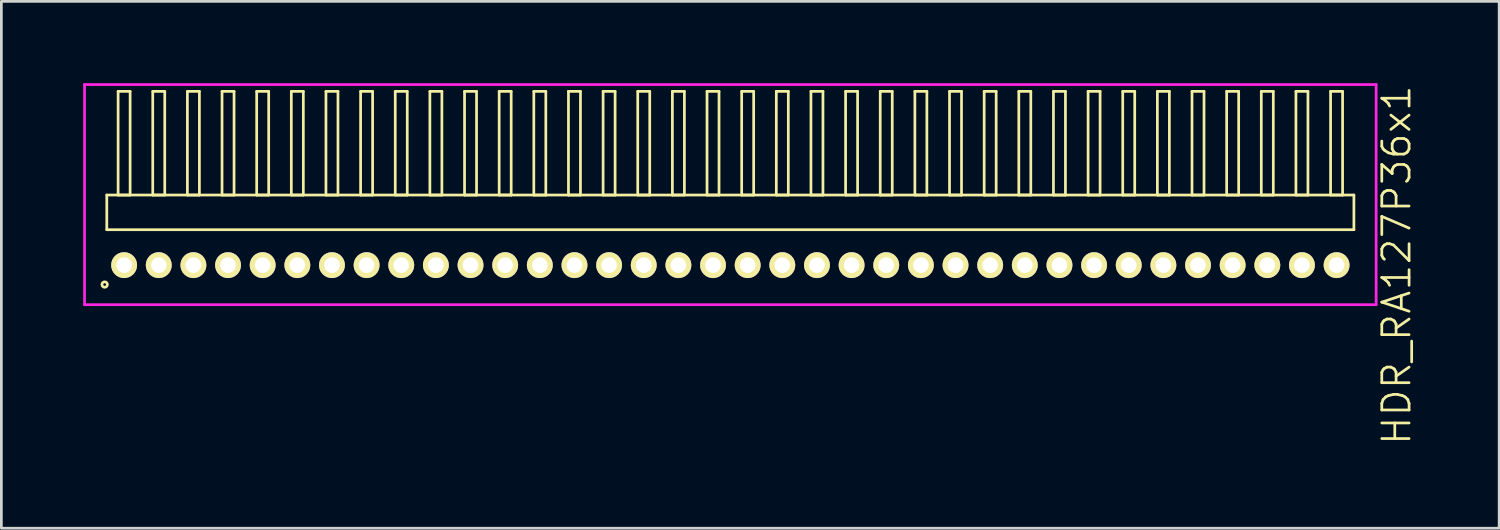
<source format=kicad_pcb>
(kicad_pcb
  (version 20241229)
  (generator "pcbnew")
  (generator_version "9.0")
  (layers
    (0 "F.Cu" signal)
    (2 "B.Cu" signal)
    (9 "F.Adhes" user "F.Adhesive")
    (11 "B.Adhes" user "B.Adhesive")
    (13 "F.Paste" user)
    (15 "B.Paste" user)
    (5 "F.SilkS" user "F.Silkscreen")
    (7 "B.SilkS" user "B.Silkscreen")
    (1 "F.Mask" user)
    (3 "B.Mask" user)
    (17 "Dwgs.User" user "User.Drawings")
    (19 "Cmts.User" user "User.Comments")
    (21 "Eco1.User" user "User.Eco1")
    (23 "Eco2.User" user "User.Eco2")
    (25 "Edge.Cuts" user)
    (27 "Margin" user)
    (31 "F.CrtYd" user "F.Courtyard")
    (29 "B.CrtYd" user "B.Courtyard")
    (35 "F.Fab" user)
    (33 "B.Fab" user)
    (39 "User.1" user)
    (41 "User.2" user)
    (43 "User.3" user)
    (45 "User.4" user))
  (footprint "HDR_RA127P36x1"
    (layer "F.Cu")
    (at 23.725 6.67)
    (property "Reference" "HDR_RA127P36x1" (at 24.425 0 90) (layer "F.SilkS") (effects (font (size 1 1) (thickness 0.1))))
    (attr through_hole)
    (fp_line (start -22.86 -2.57) (end -22.86 -1.3) (stroke (width 0.1) (type solid)) (layer "F.SilkS"))
    (fp_line (start -22.86 -1.3) (end 22.86 -1.3) (stroke (width 0.1) (type solid)) (layer "F.SilkS"))
    (fp_line (start -22.445 -6.37) (end -22.445 -2.57) (stroke (width 0.1) (type solid)) (layer "F.SilkS"))
    (fp_line (start -22.445 -2.57) (end -22.005 -2.57) (stroke (width 0.1) (type solid)) (layer "F.SilkS"))
    (fp_line (start -22.005 -6.37) (end -22.445 -6.37) (stroke (width 0.1) (type solid)) (layer "F.SilkS"))
    (fp_line (start -22.005 -2.57) (end -22.005 -6.37) (stroke (width 0.1) (type solid)) (layer "F.SilkS"))
    (fp_line (start -21.175 -6.37) (end -21.175 -2.57) (stroke (width 0.1) (type solid)) (layer "F.SilkS"))
    (fp_line (start -21.175 -2.57) (end -20.735 -2.57) (stroke (width 0.1) (type solid)) (layer "F.SilkS"))
    (fp_line (start -20.735 -6.37) (end -21.175 -6.37) (stroke (width 0.1) (type solid)) (layer "F.SilkS"))
    (fp_line (start -20.735 -2.57) (end -20.735 -6.37) (stroke (width 0.1) (type solid)) (layer "F.SilkS"))
    (fp_line (start -19.905 -6.37) (end -19.905 -2.57) (stroke (width 0.1) (type solid)) (layer "F.SilkS"))
    (fp_line (start -19.905 -2.57) (end -19.465 -2.57) (stroke (width 0.1) (type solid)) (layer "F.SilkS"))
    (fp_line (start -19.465 -6.37) (end -19.905 -6.37) (stroke (width 0.1) (type solid)) (layer "F.SilkS"))
    (fp_line (start -19.465 -2.57) (end -19.465 -6.37) (stroke (width 0.1) (type solid)) (layer "F.SilkS"))
    (fp_line (start -18.635 -6.37) (end -18.635 -2.57) (stroke (width 0.1) (type solid)) (layer "F.SilkS"))
    (fp_line (start -18.635 -2.57) (end -18.195 -2.57) (stroke (width 0.1) (type solid)) (layer "F.SilkS"))
    (fp_line (start -18.195 -6.37) (end -18.635 -6.37) (stroke (width 0.1) (type solid)) (layer "F.SilkS"))
    (fp_line (start -18.195 -2.57) (end -18.195 -6.37) (stroke (width 0.1) (type solid)) (layer "F.SilkS"))
    (fp_line (start -17.365 -6.37) (end -17.365 -2.57) (stroke (width 0.1) (type solid)) (layer "F.SilkS"))
    (fp_line (start -17.365 -2.57) (end -16.925 -2.57) (stroke (width 0.1) (type solid)) (layer "F.SilkS"))
    (fp_line (start -16.925 -6.37) (end -17.365 -6.37) (stroke (width 0.1) (type solid)) (layer "F.SilkS"))
    (fp_line (start -16.925 -2.57) (end -16.925 -6.37) (stroke (width 0.1) (type solid)) (layer "F.SilkS"))
    (fp_line (start -16.095 -6.37) (end -16.095 -2.57) (stroke (width 0.1) (type solid)) (layer "F.SilkS"))
    (fp_line (start -16.095 -2.57) (end -15.655 -2.57) (stroke (width 0.1) (type solid)) (layer "F.SilkS"))
    (fp_line (start -15.655 -6.37) (end -16.095 -6.37) (stroke (width 0.1) (type solid)) (layer "F.SilkS"))
    (fp_line (start -15.655 -2.57) (end -15.655 -6.37) (stroke (width 0.1) (type solid)) (layer "F.SilkS"))
    (fp_line (start -14.825 -6.37) (end -14.825 -2.57) (stroke (width 0.1) (type solid)) (layer "F.SilkS"))
    (fp_line (start -14.825 -2.57) (end -14.385 -2.57) (stroke (width 0.1) (type solid)) (layer "F.SilkS"))
    (fp_line (start -14.385 -6.37) (end -14.825 -6.37) (stroke (width 0.1) (type solid)) (layer "F.SilkS"))
    (fp_line (start -14.385 -2.57) (end -14.385 -6.37) (stroke (width 0.1) (type solid)) (layer "F.SilkS"))
    (fp_line (start -13.555 -6.37) (end -13.555 -2.57) (stroke (width 0.1) (type solid)) (layer "F.SilkS"))
    (fp_line (start -13.555 -2.57) (end -13.115 -2.57) (stroke (width 0.1) (type solid)) (layer "F.SilkS"))
    (fp_line (start -13.115 -6.37) (end -13.555 -6.37) (stroke (width 0.1) (type solid)) (layer "F.SilkS"))
    (fp_line (start -13.115 -2.57) (end -13.115 -6.37) (stroke (width 0.1) (type solid)) (layer "F.SilkS"))
    (fp_line (start -12.285 -6.37) (end -12.285 -2.57) (stroke (width 0.1) (type solid)) (layer "F.SilkS"))
    (fp_line (start -12.285 -2.57) (end -11.845 -2.57) (stroke (width 0.1) (type solid)) (layer "F.SilkS"))
    (fp_line (start -11.845 -6.37) (end -12.285 -6.37) (stroke (width 0.1) (type solid)) (layer "F.SilkS"))
    (fp_line (start -11.845 -2.57) (end -11.845 -6.37) (stroke (width 0.1) (type solid)) (layer "F.SilkS"))
    (fp_line (start -11.015 -6.37) (end -11.015 -2.57) (stroke (width 0.1) (type solid)) (layer "F.SilkS"))
    (fp_line (start -11.015 -2.57) (end -10.575 -2.57) (stroke (width 0.1) (type solid)) (layer "F.SilkS"))
    (fp_line (start -10.575 -6.37) (end -11.015 -6.37) (stroke (width 0.1) (type solid)) (layer "F.SilkS"))
    (fp_line (start -10.575 -2.57) (end -10.575 -6.37) (stroke (width 0.1) (type solid)) (layer "F.SilkS"))
    (fp_line (start -9.745 -6.37) (end -9.745 -2.57) (stroke (width 0.1) (type solid)) (layer "F.SilkS"))
    (fp_line (start -9.745 -2.57) (end -9.305 -2.57) (stroke (width 0.1) (type solid)) (layer "F.SilkS"))
    (fp_line (start -9.305 -6.37) (end -9.745 -6.37) (stroke (width 0.1) (type solid)) (layer "F.SilkS"))
    (fp_line (start -9.305 -2.57) (end -9.305 -6.37) (stroke (width 0.1) (type solid)) (layer "F.SilkS"))
    (fp_line (start -8.475 -6.37) (end -8.475 -2.57) (stroke (width 0.1) (type solid)) (layer "F.SilkS"))
    (fp_line (start -8.475 -2.57) (end -8.035 -2.57) (stroke (width 0.1) (type solid)) (layer "F.SilkS"))
    (fp_line (start -8.035 -6.37) (end -8.475 -6.37) (stroke (width 0.1) (type solid)) (layer "F.SilkS"))
    (fp_line (start -8.035 -2.57) (end -8.035 -6.37) (stroke (width 0.1) (type solid)) (layer "F.SilkS"))
    (fp_line (start -7.205 -6.37) (end -7.205 -2.57) (stroke (width 0.1) (type solid)) (layer "F.SilkS"))
    (fp_line (start -7.205 -2.57) (end -6.765 -2.57) (stroke (width 0.1) (type solid)) (layer "F.SilkS"))
    (fp_line (start -6.765 -6.37) (end -7.205 -6.37) (stroke (width 0.1) (type solid)) (layer "F.SilkS"))
    (fp_line (start -6.765 -2.57) (end -6.765 -6.37) (stroke (width 0.1) (type solid)) (layer "F.SilkS"))
    (fp_line (start -5.935 -6.37) (end -5.935 -2.57) (stroke (width 0.1) (type solid)) (layer "F.SilkS"))
    (fp_line (start -5.935 -2.57) (end -5.495 -2.57) (stroke (width 0.1) (type solid)) (layer "F.SilkS"))
    (fp_line (start -5.495 -6.37) (end -5.935 -6.37) (stroke (width 0.1) (type solid)) (layer "F.SilkS"))
    (fp_line (start -5.495 -2.57) (end -5.495 -6.37) (stroke (width 0.1) (type solid)) (layer "F.SilkS"))
    (fp_line (start -4.665 -6.37) (end -4.665 -2.57) (stroke (width 0.1) (type solid)) (layer "F.SilkS"))
    (fp_line (start -4.665 -2.57) (end -4.225 -2.57) (stroke (width 0.1) (type solid)) (layer "F.SilkS"))
    (fp_line (start -4.225 -6.37) (end -4.665 -6.37) (stroke (width 0.1) (type solid)) (layer "F.SilkS"))
    (fp_line (start -4.225 -2.57) (end -4.225 -6.37) (stroke (width 0.1) (type solid)) (layer "F.SilkS"))
    (fp_line (start -3.395 -6.37) (end -3.395 -2.57) (stroke (width 0.1) (type solid)) (layer "F.SilkS"))
    (fp_line (start -3.395 -2.57) (end -2.955 -2.57) (stroke (width 0.1) (type solid)) (layer "F.SilkS"))
    (fp_line (start -2.955 -6.37) (end -3.395 -6.37) (stroke (width 0.1) (type solid)) (layer "F.SilkS"))
    (fp_line (start -2.955 -2.57) (end -2.955 -6.37) (stroke (width 0.1) (type solid)) (layer "F.SilkS"))
    (fp_line (start -2.125 -6.37) (end -2.125 -2.57) (stroke (width 0.1) (type solid)) (layer "F.SilkS"))
    (fp_line (start -2.125 -2.57) (end -1.685 -2.57) (stroke (width 0.1) (type solid)) (layer "F.SilkS"))
    (fp_line (start -1.685 -6.37) (end -2.125 -6.37) (stroke (width 0.1) (type solid)) (layer "F.SilkS"))
    (fp_line (start -1.685 -2.57) (end -1.685 -6.37) (stroke (width 0.1) (type solid)) (layer "F.SilkS"))
    (fp_line (start -0.855 -6.37) (end -0.855 -2.57) (stroke (width 0.1) (type solid)) (layer "F.SilkS"))
    (fp_line (start -0.855 -2.57) (end -0.415 -2.57) (stroke (width 0.1) (type solid)) (layer "F.SilkS"))
    (fp_line (start -0.415 -6.37) (end -0.855 -6.37) (stroke (width 0.1) (type solid)) (layer "F.SilkS"))
    (fp_line (start -0.415 -2.57) (end -0.415 -6.37) (stroke (width 0.1) (type solid)) (layer "F.SilkS"))
    (fp_line (start 0.415 -6.37) (end 0.415 -2.57) (stroke (width 0.1) (type solid)) (layer "F.SilkS"))
    (fp_line (start 0.415 -2.57) (end 0.855 -2.57) (stroke (width 0.1) (type solid)) (layer "F.SilkS"))
    (fp_line (start 0.855 -6.37) (end 0.415 -6.37) (stroke (width 0.1) (type solid)) (layer "F.SilkS"))
    (fp_line (start 0.855 -2.57) (end 0.855 -6.37) (stroke (width 0.1) (type solid)) (layer "F.SilkS"))
    (fp_line (start 1.685 -6.37) (end 1.685 -2.57) (stroke (width 0.1) (type solid)) (layer "F.SilkS"))
    (fp_line (start 1.685 -2.57) (end 2.125 -2.57) (stroke (width 0.1) (type solid)) (layer "F.SilkS"))
    (fp_line (start 2.125 -6.37) (end 1.685 -6.37) (stroke (width 0.1) (type solid)) (layer "F.SilkS"))
    (fp_line (start 2.125 -2.57) (end 2.125 -6.37) (stroke (width 0.1) (type solid)) (layer "F.SilkS"))
    (fp_line (start 2.955 -6.37) (end 2.955 -2.57) (stroke (width 0.1) (type solid)) (layer "F.SilkS"))
    (fp_line (start 2.955 -2.57) (end 3.395 -2.57) (stroke (width 0.1) (type solid)) (layer "F.SilkS"))
    (fp_line (start 3.395 -6.37) (end 2.955 -6.37) (stroke (width 0.1) (type solid)) (layer "F.SilkS"))
    (fp_line (start 3.395 -2.57) (end 3.395 -6.37) (stroke (width 0.1) (type solid)) (layer "F.SilkS"))
    (fp_line (start 4.225 -6.37) (end 4.225 -2.57) (stroke (width 0.1) (type solid)) (layer "F.SilkS"))
    (fp_line (start 4.225 -2.57) (end 4.665 -2.57) (stroke (width 0.1) (type solid)) (layer "F.SilkS"))
    (fp_line (start 4.665 -6.37) (end 4.225 -6.37) (stroke (width 0.1) (type solid)) (layer "F.SilkS"))
    (fp_line (start 4.665 -2.57) (end 4.665 -6.37) (stroke (width 0.1) (type solid)) (layer "F.SilkS"))
    (fp_line (start 5.495 -6.37) (end 5.495 -2.57) (stroke (width 0.1) (type solid)) (layer "F.SilkS"))
    (fp_line (start 5.495 -2.57) (end 5.935 -2.57) (stroke (width 0.1) (type solid)) (layer "F.SilkS"))
    (fp_line (start 5.935 -6.37) (end 5.495 -6.37) (stroke (width 0.1) (type solid)) (layer "F.SilkS"))
    (fp_line (start 5.935 -2.57) (end 5.935 -6.37) (stroke (width 0.1) (type solid)) (layer "F.SilkS"))
    (fp_line (start 6.765 -6.37) (end 6.765 -2.57) (stroke (width 0.1) (type solid)) (layer "F.SilkS"))
    (fp_line (start 6.765 -2.57) (end 7.205 -2.57) (stroke (width 0.1) (type solid)) (layer "F.SilkS"))
    (fp_line (start 7.205 -6.37) (end 6.765 -6.37) (stroke (width 0.1) (type solid)) (layer "F.SilkS"))
    (fp_line (start 7.205 -2.57) (end 7.205 -6.37) (stroke (width 0.1) (type solid)) (layer "F.SilkS"))
    (fp_line (start 8.035 -6.37) (end 8.035 -2.57) (stroke (width 0.1) (type solid)) (layer "F.SilkS"))
    (fp_line (start 8.035 -2.57) (end 8.475 -2.57) (stroke (width 0.1) (type solid)) (layer "F.SilkS"))
    (fp_line (start 8.475 -6.37) (end 8.035 -6.37) (stroke (width 0.1) (type solid)) (layer "F.SilkS"))
    (fp_line (start 8.475 -2.57) (end 8.475 -6.37) (stroke (width 0.1) (type solid)) (layer "F.SilkS"))
    (fp_line (start 9.305 -6.37) (end 9.305 -2.57) (stroke (width 0.1) (type solid)) (layer "F.SilkS"))
    (fp_line (start 9.305 -2.57) (end 9.745 -2.57) (stroke (width 0.1) (type solid)) (layer "F.SilkS"))
    (fp_line (start 9.745 -6.37) (end 9.305 -6.37) (stroke (width 0.1) (type solid)) (layer "F.SilkS"))
    (fp_line (start 9.745 -2.57) (end 9.745 -6.37) (stroke (width 0.1) (type solid)) (layer "F.SilkS"))
    (fp_line (start 10.575 -6.37) (end 10.575 -2.57) (stroke (width 0.1) (type solid)) (layer "F.SilkS"))
    (fp_line (start 10.575 -2.57) (end 11.015 -2.57) (stroke (width 0.1) (type solid)) (layer "F.SilkS"))
    (fp_line (start 11.015 -6.37) (end 10.575 -6.37) (stroke (width 0.1) (type solid)) (layer "F.SilkS"))
    (fp_line (start 11.015 -2.57) (end 11.015 -6.37) (stroke (width 0.1) (type solid)) (layer "F.SilkS"))
    (fp_line (start 11.845 -6.37) (end 11.845 -2.57) (stroke (width 0.1) (type solid)) (layer "F.SilkS"))
    (fp_line (start 11.845 -2.57) (end 12.285 -2.57) (stroke (width 0.1) (type solid)) (layer "F.SilkS"))
    (fp_line (start 12.285 -6.37) (end 11.845 -6.37) (stroke (width 0.1) (type solid)) (layer "F.SilkS"))
    (fp_line (start 12.285 -2.57) (end 12.285 -6.37) (stroke (width 0.1) (type solid)) (layer "F.SilkS"))
    (fp_line (start 13.115 -6.37) (end 13.115 -2.57) (stroke (width 0.1) (type solid)) (layer "F.SilkS"))
    (fp_line (start 13.115 -2.57) (end 13.555 -2.57) (stroke (width 0.1) (type solid)) (layer "F.SilkS"))
    (fp_line (start 13.555 -6.37) (end 13.115 -6.37) (stroke (width 0.1) (type solid)) (layer "F.SilkS"))
    (fp_line (start 13.555 -2.57) (end 13.555 -6.37) (stroke (width 0.1) (type solid)) (layer "F.SilkS"))
    (fp_line (start 14.385 -6.37) (end 14.385 -2.57) (stroke (width 0.1) (type solid)) (layer "F.SilkS"))
    (fp_line (start 14.385 -2.57) (end 14.825 -2.57) (stroke (width 0.1) (type solid)) (layer "F.SilkS"))
    (fp_line (start 14.825 -6.37) (end 14.385 -6.37) (stroke (width 0.1) (type solid)) (layer "F.SilkS"))
    (fp_line (start 14.825 -2.57) (end 14.825 -6.37) (stroke (width 0.1) (type solid)) (layer "F.SilkS"))
    (fp_line (start 15.655 -6.37) (end 15.655 -2.57) (stroke (width 0.1) (type solid)) (layer "F.SilkS"))
    (fp_line (start 15.655 -2.57) (end 16.095 -2.57) (stroke (width 0.1) (type solid)) (layer "F.SilkS"))
    (fp_line (start 16.095 -6.37) (end 15.655 -6.37) (stroke (width 0.1) (type solid)) (layer "F.SilkS"))
    (fp_line (start 16.095 -2.57) (end 16.095 -6.37) (stroke (width 0.1) (type solid)) (layer "F.SilkS"))
    (fp_line (start 16.925 -6.37) (end 16.925 -2.57) (stroke (width 0.1) (type solid)) (layer "F.SilkS"))
    (fp_line (start 16.925 -2.57) (end 17.365 -2.57) (stroke (width 0.1) (type solid)) (layer "F.SilkS"))
    (fp_line (start 17.365 -6.37) (end 16.925 -6.37) (stroke (width 0.1) (type solid)) (layer "F.SilkS"))
    (fp_line (start 17.365 -2.57) (end 17.365 -6.37) (stroke (width 0.1) (type solid)) (layer "F.SilkS"))
    (fp_line (start 18.195 -6.37) (end 18.195 -2.57) (stroke (width 0.1) (type solid)) (layer "F.SilkS"))
    (fp_line (start 18.195 -2.57) (end 18.635 -2.57) (stroke (width 0.1) (type solid)) (layer "F.SilkS"))
    (fp_line (start 18.635 -6.37) (end 18.195 -6.37) (stroke (width 0.1) (type solid)) (layer "F.SilkS"))
    (fp_line (start 18.635 -2.57) (end 18.635 -6.37) (stroke (width 0.1) (type solid)) (layer "F.SilkS"))
    (fp_line (start 19.465 -6.37) (end 19.465 -2.57) (stroke (width 0.1) (type solid)) (layer "F.SilkS"))
    (fp_line (start 19.465 -2.57) (end 19.905 -2.57) (stroke (width 0.1) (type solid)) (layer "F.SilkS"))
    (fp_line (start 19.905 -6.37) (end 19.465 -6.37) (stroke (width 0.1) (type solid)) (layer "F.SilkS"))
    (fp_line (start 19.905 -2.57) (end 19.905 -6.37) (stroke (width 0.1) (type solid)) (layer "F.SilkS"))
    (fp_line (start 20.735 -6.37) (end 20.735 -2.57) (stroke (width 0.1) (type solid)) (layer "F.SilkS"))
    (fp_line (start 20.735 -2.57) (end 21.175 -2.57) (stroke (width 0.1) (type solid)) (layer "F.SilkS"))
    (fp_line (start 21.175 -6.37) (end 20.735 -6.37) (stroke (width 0.1) (type solid)) (layer "F.SilkS"))
    (fp_line (start 21.175 -2.57) (end 21.175 -6.37) (stroke (width 0.1) (type solid)) (layer "F.SilkS"))
    (fp_line (start 22.005 -6.37) (end 22.005 -2.57) (stroke (width 0.1) (type solid)) (layer "F.SilkS"))
    (fp_line (start 22.005 -2.57) (end 22.445 -2.57) (stroke (width 0.1) (type solid)) (layer "F.SilkS"))
    (fp_line (start 22.445 -6.37) (end 22.005 -6.37) (stroke (width 0.1) (type solid)) (layer "F.SilkS"))
    (fp_line (start 22.445 -2.57) (end 22.445 -6.37) (stroke (width 0.1) (type solid)) (layer "F.SilkS"))
    (fp_line (start 22.86 -2.57) (end -22.86 -2.57) (stroke (width 0.1) (type solid)) (layer "F.SilkS"))
    (fp_line (start 22.86 -1.3) (end 22.86 -2.57) (stroke (width 0.1) (type solid)) (layer "F.SilkS"))
    (fp_circle (center -22.938 0.712) (end -22.838 0.712) (stroke (width 0.1) (type solid)) (fill no) (layer "F.SilkS"))
    (fp_line (start -23.675 -6.62) (end -23.675 1.45) (stroke (width 0.1) (type solid)) (layer "F.CrtYd"))
    (fp_line (start -23.675 1.45) (end 23.675 1.45) (stroke (width 0.1) (type solid)) (layer "F.CrtYd"))
    (fp_line (start 23.675 -6.62) (end -23.675 -6.62) (stroke (width 0.1) (type solid)) (layer "F.CrtYd"))
    (fp_line (start 23.675 1.45) (end 23.675 -6.62) (stroke (width 0.1) (type solid)) (layer "F.CrtYd"))
    (pad "1" thru_hole oval (at -22.225 0) (size 0.95 0.95) (drill 0.57) (layers "*.Cu" "*.Mask" "F.SilkS"))
    (pad "2" thru_hole oval (at -20.955 0) (size 0.95 0.95) (drill 0.57) (layers "*.Cu" "*.Mask" "F.SilkS"))
    (pad "3" thru_hole oval (at -19.685 0) (size 0.95 0.95) (drill 0.57) (layers "*.Cu" "*.Mask" "F.SilkS"))
    (pad "4" thru_hole oval (at -18.415 0) (size 0.95 0.95) (drill 0.57) (layers "*.Cu" "*.Mask" "F.SilkS"))
    (pad "5" thru_hole oval (at -17.145 0) (size 0.95 0.95) (drill 0.57) (layers "*.Cu" "*.Mask" "F.SilkS"))
    (pad "6" thru_hole oval (at -15.875 0) (size 0.95 0.95) (drill 0.57) (layers "*.Cu" "*.Mask" "F.SilkS"))
    (pad "7" thru_hole oval (at -14.605 0) (size 0.95 0.95) (drill 0.57) (layers "*.Cu" "*.Mask" "F.SilkS"))
    (pad "8" thru_hole oval (at -13.335 0) (size 0.95 0.95) (drill 0.57) (layers "*.Cu" "*.Mask" "F.SilkS"))
    (pad "9" thru_hole oval (at -12.065 0) (size 0.95 0.95) (drill 0.57) (layers "*.Cu" "*.Mask" "F.SilkS"))
    (pad "10" thru_hole oval (at -10.795 0) (size 0.95 0.95) (drill 0.57) (layers "*.Cu" "*.Mask" "F.SilkS"))
    (pad "11" thru_hole oval (at -9.525 0) (size 0.95 0.95) (drill 0.57) (layers "*.Cu" "*.Mask" "F.SilkS"))
    (pad "12" thru_hole oval (at -8.255 0) (size 0.95 0.95) (drill 0.57) (layers "*.Cu" "*.Mask" "F.SilkS"))
    (pad "13" thru_hole oval (at -6.985 0) (size 0.95 0.95) (drill 0.57) (layers "*.Cu" "*.Mask" "F.SilkS"))
    (pad "14" thru_hole oval (at -5.715 0) (size 0.95 0.95) (drill 0.57) (layers "*.Cu" "*.Mask" "F.SilkS"))
    (pad "15" thru_hole oval (at -4.445 0) (size 0.95 0.95) (drill 0.57) (layers "*.Cu" "*.Mask" "F.SilkS"))
    (pad "16" thru_hole oval (at -3.175 0) (size 0.95 0.95) (drill 0.57) (layers "*.Cu" "*.Mask" "F.SilkS"))
    (pad "17" thru_hole oval (at -1.905 0) (size 0.95 0.95) (drill 0.57) (layers "*.Cu" "*.Mask" "F.SilkS"))
    (pad "18" thru_hole oval (at -0.635 0) (size 0.95 0.95) (drill 0.57) (layers "*.Cu" "*.Mask" "F.SilkS"))
    (pad "19" thru_hole oval (at 0.635 0) (size 0.95 0.95) (drill 0.57) (layers "*.Cu" "*.Mask" "F.SilkS"))
    (pad "20" thru_hole oval (at 1.905 0) (size 0.95 0.95) (drill 0.57) (layers "*.Cu" "*.Mask" "F.SilkS"))
    (pad "21" thru_hole oval (at 3.175 0) (size 0.95 0.95) (drill 0.57) (layers "*.Cu" "*.Mask" "F.SilkS"))
    (pad "22" thru_hole oval (at 4.445 0) (size 0.95 0.95) (drill 0.57) (layers "*.Cu" "*.Mask" "F.SilkS"))
    (pad "23" thru_hole oval (at 5.715 0) (size 0.95 0.95) (drill 0.57) (layers "*.Cu" "*.Mask" "F.SilkS"))
    (pad "24" thru_hole oval (at 6.985 0) (size 0.95 0.95) (drill 0.57) (layers "*.Cu" "*.Mask" "F.SilkS"))
    (pad "25" thru_hole oval (at 8.255 0) (size 0.95 0.95) (drill 0.57) (layers "*.Cu" "*.Mask" "F.SilkS"))
    (pad "26" thru_hole oval (at 9.525 0) (size 0.95 0.95) (drill 0.57) (layers "*.Cu" "*.Mask" "F.SilkS"))
    (pad "27" thru_hole oval (at 10.795 0) (size 0.95 0.95) (drill 0.57) (layers "*.Cu" "*.Mask" "F.SilkS"))
    (pad "28" thru_hole oval (at 12.065 0) (size 0.95 0.95) (drill 0.57) (layers "*.Cu" "*.Mask" "F.SilkS"))
    (pad "29" thru_hole oval (at 13.335 0) (size 0.95 0.95) (drill 0.57) (layers "*.Cu" "*.Mask" "F.SilkS"))
    (pad "30" thru_hole oval (at 14.605 0) (size 0.95 0.95) (drill 0.57) (layers "*.Cu" "*.Mask" "F.SilkS"))
    (pad "31" thru_hole oval (at 15.875 0) (size 0.95 0.95) (drill 0.57) (layers "*.Cu" "*.Mask" "F.SilkS"))
    (pad "32" thru_hole oval (at 17.145 0) (size 0.95 0.95) (drill 0.57) (layers "*.Cu" "*.Mask" "F.SilkS"))
    (pad "33" thru_hole oval (at 18.415 0) (size 0.95 0.95) (drill 0.57) (layers "*.Cu" "*.Mask" "F.SilkS"))
    (pad "34" thru_hole oval (at 19.685 0) (size 0.95 0.95) (drill 0.57) (layers "*.Cu" "*.Mask" "F.SilkS"))
    (pad "35" thru_hole oval (at 20.955 0) (size 0.95 0.95) (drill 0.57) (layers "*.Cu" "*.Mask" "F.SilkS"))
    (pad "36" thru_hole oval (at 22.225 0) (size 0.95 0.95) (drill 0.57) (layers "*.Cu" "*.Mask" "F.SilkS")))
  (gr_rect
    (start -3 -3)
    (end 51.91 16.315)
    (stroke (width 0.1) (type default))
    (fill no)
    (layer "Edge.Cuts")))
</source>
